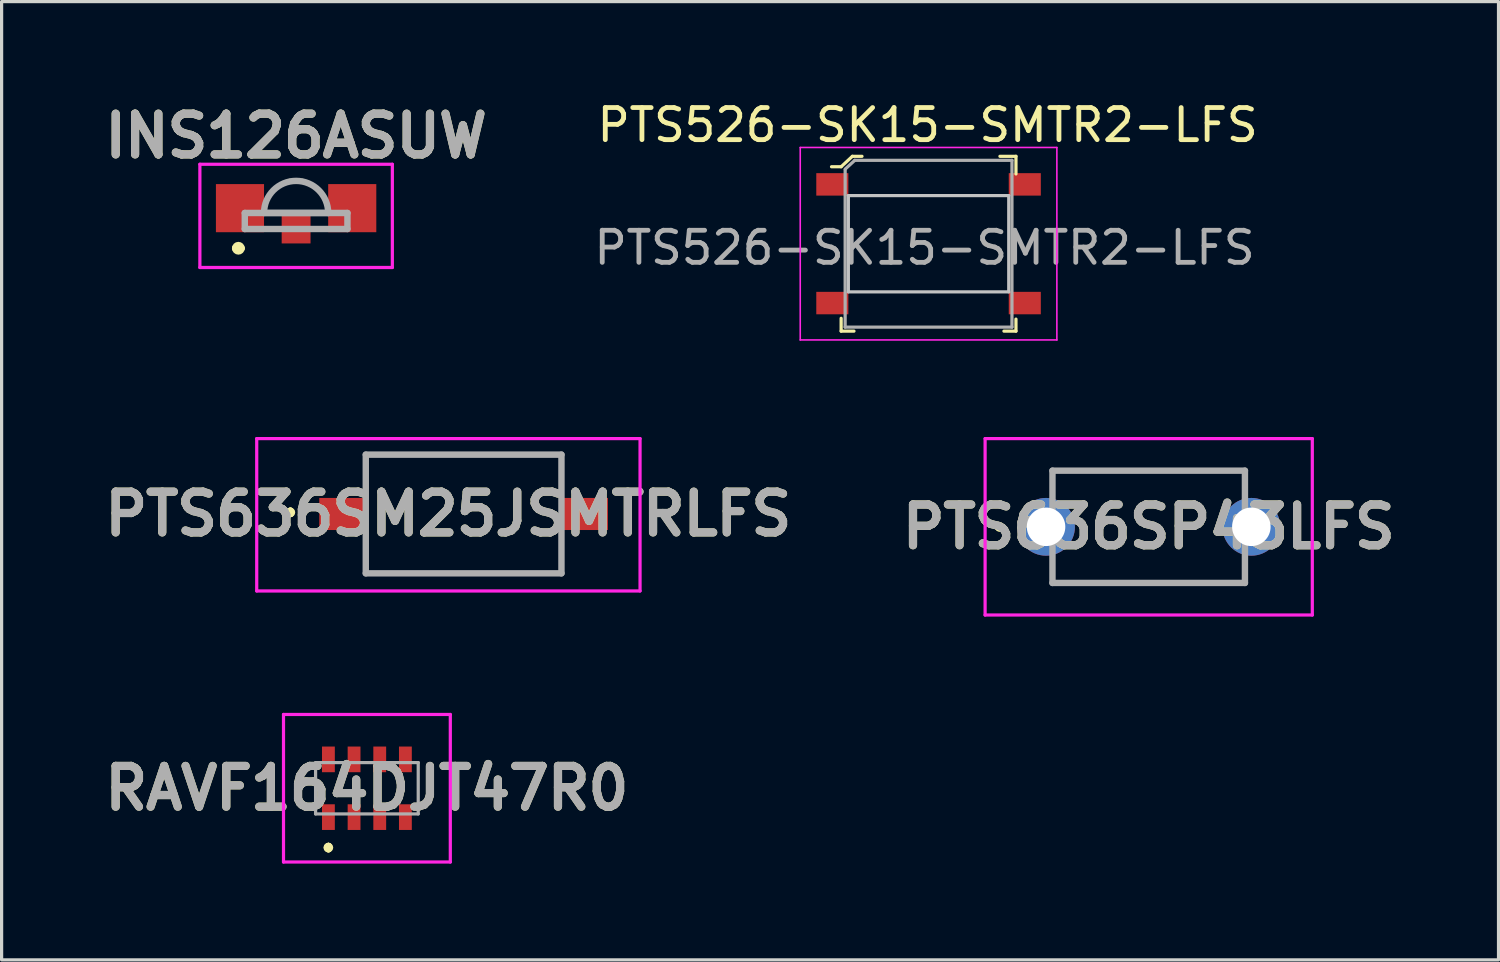
<source format=kicad_pcb>
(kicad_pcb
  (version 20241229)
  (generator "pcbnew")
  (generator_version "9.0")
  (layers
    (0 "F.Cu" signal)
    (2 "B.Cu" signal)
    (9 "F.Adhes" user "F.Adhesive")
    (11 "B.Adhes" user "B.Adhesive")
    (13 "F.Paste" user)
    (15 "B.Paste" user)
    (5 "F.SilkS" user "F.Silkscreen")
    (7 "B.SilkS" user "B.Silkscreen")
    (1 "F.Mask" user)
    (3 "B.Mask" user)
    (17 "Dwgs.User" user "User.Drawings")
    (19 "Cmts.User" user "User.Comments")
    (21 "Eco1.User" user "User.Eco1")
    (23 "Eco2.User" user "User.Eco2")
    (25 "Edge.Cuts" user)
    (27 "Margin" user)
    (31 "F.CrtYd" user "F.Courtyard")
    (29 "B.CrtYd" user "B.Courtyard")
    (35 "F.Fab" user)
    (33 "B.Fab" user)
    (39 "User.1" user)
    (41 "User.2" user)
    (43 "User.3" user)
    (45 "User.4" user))
  (footprint "RAVF164DJT47R0"
    (layer "F.Cu")
    (at 8.388 21.523)
    (property "Reference" "RAVF164DJT47R0" (at 0 0 0) (layer "F.SilkS") (effects (font (size 1.27 1.27) (thickness 0.254))))
    (attr smd)
    (fp_line (start -1.2 1.8) (end -1.2 1.8) (stroke (width 0.2) (type solid)) (layer "F.SilkS"))
    (fp_line (start -1.2 1.8) (end -1.2 1.8) (stroke (width 0.2) (type solid)) (layer "F.SilkS"))
    (fp_line (start -1.2 1.9) (end -1.2 1.9) (stroke (width 0.2) (type solid)) (layer "F.SilkS"))
    (fp_arc (start -1.2 1.8) (mid -1.15 1.85) (end -1.2 1.9) (stroke (width 0.2) (type solid)) (layer "F.SilkS"))
    (fp_arc (start -1.2 1.9) (mid -1.25 1.85) (end -1.2 1.8) (stroke (width 0.2) (type solid)) (layer "F.SilkS"))
    (fp_arc (start -1.2 1.9) (mid -1.25 1.85) (end -1.2 1.8) (stroke (width 0.2) (type solid)) (layer "F.SilkS"))
    (fp_line (start -2.6 -2.3) (end 2.6 -2.3) (stroke (width 0.1) (type solid)) (layer "F.CrtYd"))
    (fp_line (start -2.6 2.3) (end -2.6 -2.3) (stroke (width 0.1) (type solid)) (layer "F.CrtYd"))
    (fp_line (start 2.6 -2.3) (end 2.6 2.3) (stroke (width 0.1) (type solid)) (layer "F.CrtYd"))
    (fp_line (start 2.6 2.3) (end -2.6 2.3) (stroke (width 0.1) (type solid)) (layer "F.CrtYd"))
    (fp_line (start -1.6 -0.8) (end -1.6 0.8) (stroke (width 0.1) (type solid)) (layer "F.Fab"))
    (fp_line (start -1.6 0.8) (end 1.6 0.8) (stroke (width 0.1) (type solid)) (layer "F.Fab"))
    (fp_line (start 1.6 -0.8) (end -1.6 -0.8) (stroke (width 0.1) (type solid)) (layer "F.Fab"))
    (fp_line (start 1.6 0.8) (end 1.6 -0.8) (stroke (width 0.1) (type solid)) (layer "F.Fab"))
    (fp_text user "${REFERENCE}" (at 0 0 0) (layer "F.Fab") (effects (font (size 1.27 1.27) (thickness 0.254))))
    (pad "1" smd rect (at -1.2 0.9) (size 0.4 0.8) (layers "F.Cu" "F.Mask" "F.Paste"))
    (pad "2" smd rect (at -0.4 0.9) (size 0.4 0.8) (layers "F.Cu" "F.Mask" "F.Paste"))
    (pad "3" smd rect (at 0.4 0.9) (size 0.4 0.8) (layers "F.Cu" "F.Mask" "F.Paste"))
    (pad "4" smd rect (at 1.2 0.9) (size 0.4 0.8) (layers "F.Cu" "F.Mask" "F.Paste"))
    (pad "5" smd rect (at 1.2 -0.9) (size 0.4 0.8) (layers "F.Cu" "F.Mask" "F.Paste"))
    (pad "6" smd rect (at 0.4 -0.9) (size 0.4 0.8) (layers "F.Cu" "F.Mask" "F.Paste"))
    (pad "7" smd rect (at -0.4 -0.9) (size 0.4 0.8) (layers "F.Cu" "F.Mask" "F.Paste"))
    (pad "8" smd rect (at -1.2 -0.9) (size 0.4 0.8) (layers "F.Cu" "F.Mask" "F.Paste")))
  (footprint "PTS636SP43LFS"
    (layer "F.Cu")
    (at 29.56 13.373)
    (property "Reference" "PTS636SP43LFS" (at 3.2 0 0) (layer "F.SilkS") (effects (font (size 1.27 1.27) (thickness 0.254))))
    (attr through_hole)
    (fp_line (start -1.5 0) (end -1.5 0) (stroke (width 0.2) (type solid)) (layer "F.SilkS"))
    (fp_line (start -1.5 0) (end -1.5 0) (stroke (width 0.2) (type solid)) (layer "F.SilkS"))
    (fp_line (start -1.4 0) (end -1.4 0) (stroke (width 0.2) (type solid)) (layer "F.SilkS"))
    (fp_line (start 0.2 -1.75) (end 0.2 -1.75) (stroke (width 0.1) (type solid)) (layer "F.SilkS"))
    (fp_line (start 0.2 -1.75) (end 0.2 -1.75) (stroke (width 0.1) (type solid)) (layer "F.SilkS"))
    (fp_line (start 0.2 -1.75) (end 0.2 -1.5) (stroke (width 0.1) (type solid)) (layer "F.SilkS"))
    (fp_line (start 0.2 -1.75) (end 6.2 -1.75) (stroke (width 0.1) (type solid)) (layer "F.SilkS"))
    (fp_line (start 0.2 -1.5) (end 0.2 -1.75) (stroke (width 0.1) (type solid)) (layer "F.SilkS"))
    (fp_line (start 0.2 -1.5) (end 0.2 -1.5) (stroke (width 0.1) (type solid)) (layer "F.SilkS"))
    (fp_line (start 0.2 1.5) (end 0.2 1.5) (stroke (width 0.1) (type solid)) (layer "F.SilkS"))
    (fp_line (start 0.2 1.5) (end 0.2 1.75) (stroke (width 0.1) (type solid)) (layer "F.SilkS"))
    (fp_line (start 0.2 1.75) (end 0.2 1.5) (stroke (width 0.1) (type solid)) (layer "F.SilkS"))
    (fp_line (start 0.2 1.75) (end 0.2 1.75) (stroke (width 0.1) (type solid)) (layer "F.SilkS"))
    (fp_line (start 0.2 1.75) (end 0.2 1.75) (stroke (width 0.1) (type solid)) (layer "F.SilkS"))
    (fp_line (start 0.2 1.75) (end 6.2 1.75) (stroke (width 0.1) (type solid)) (layer "F.SilkS"))
    (fp_line (start 6.2 -1.75) (end 0.2 -1.75) (stroke (width 0.1) (type solid)) (layer "F.SilkS"))
    (fp_line (start 6.2 -1.75) (end 6.2 -1.75) (stroke (width 0.1) (type solid)) (layer "F.SilkS"))
    (fp_line (start 6.2 -1.75) (end 6.2 -1.75) (stroke (width 0.1) (type solid)) (layer "F.SilkS"))
    (fp_line (start 6.2 -1.75) (end 6.2 -1.5) (stroke (width 0.1) (type solid)) (layer "F.SilkS"))
    (fp_line (start 6.2 -1.5) (end 6.2 -1.75) (stroke (width 0.1) (type solid)) (layer "F.SilkS"))
    (fp_line (start 6.2 -1.5) (end 6.2 -1.5) (stroke (width 0.1) (type solid)) (layer "F.SilkS"))
    (fp_line (start 6.2 1.5) (end 6.2 1.5) (stroke (width 0.1) (type solid)) (layer "F.SilkS"))
    (fp_line (start 6.2 1.5) (end 6.2 1.75) (stroke (width 0.1) (type solid)) (layer "F.SilkS"))
    (fp_line (start 6.2 1.75) (end 0.2 1.75) (stroke (width 0.1) (type solid)) (layer "F.SilkS"))
    (fp_line (start 6.2 1.75) (end 6.2 1.5) (stroke (width 0.1) (type solid)) (layer "F.SilkS"))
    (fp_line (start 6.2 1.75) (end 6.2 1.75) (stroke (width 0.1) (type solid)) (layer "F.SilkS"))
    (fp_line (start 6.2 1.75) (end 6.2 1.75) (stroke (width 0.1) (type solid)) (layer "F.SilkS"))
    (fp_arc (start -1.5 0) (mid -1.45 -0.05) (end -1.4 0) (stroke (width 0.2) (type solid)) (layer "F.SilkS"))
    (fp_arc (start -1.4 0) (mid -1.45 0.05) (end -1.5 0) (stroke (width 0.2) (type solid)) (layer "F.SilkS"))
    (fp_arc (start -1.4 0) (mid -1.45 0.05) (end -1.5 0) (stroke (width 0.2) (type solid)) (layer "F.SilkS"))
    (fp_line (start -1.9 -2.75) (end 8.3 -2.75) (stroke (width 0.1) (type solid)) (layer "F.CrtYd"))
    (fp_line (start -1.9 2.75) (end -1.9 -2.75) (stroke (width 0.1) (type solid)) (layer "F.CrtYd"))
    (fp_line (start 8.3 -2.75) (end 8.3 2.75) (stroke (width 0.1) (type solid)) (layer "F.CrtYd"))
    (fp_line (start 8.3 2.75) (end -1.9 2.75) (stroke (width 0.1) (type solid)) (layer "F.CrtYd"))
    (fp_line (start 0.2 -1.75) (end 0.2 1.75) (stroke (width 0.2) (type solid)) (layer "F.Fab"))
    (fp_line (start 0.2 1.75) (end 6.2 1.75) (stroke (width 0.2) (type solid)) (layer "F.Fab"))
    (fp_line (start 6.2 -1.75) (end 0.2 -1.75) (stroke (width 0.2) (type solid)) (layer "F.Fab"))
    (fp_line (start 6.2 1.75) (end 6.2 -1.75) (stroke (width 0.2) (type solid)) (layer "F.Fab"))
    (fp_text user "${REFERENCE}" (at 3.2 0 0) (layer "F.Fab") (effects (font (size 1.27 1.27) (thickness 0.254))))
    (pad "1" thru_hole circle (at 0 0) (size 1.8 1.8) (drill 1.2) (layers "*.Cu" "*.Mask"))
    (pad "2" thru_hole circle (at 6.4 0) (size 1.8 1.8) (drill 1.2) (layers "*.Cu" "*.Mask")))
  (footprint "INS126ASUW"
    (layer "F.Cu")
    (at 6.181 4.089)
    (property "Reference" "INS126ASUW" (at 0 -2.9 0) (layer "F.SilkS") (effects (font (size 1.27 1.27) (thickness 0.254))))
    (attr smd)
    (fp_line (start -1.9 0.6) (end -1.9 0.6) (stroke (width 0.2) (type solid)) (layer "F.SilkS"))
    (fp_line (start -1.7 0.6) (end -1.7 0.6) (stroke (width 0.2) (type solid)) (layer "F.SilkS"))
    (fp_line (start -0.75 0) (end -0.7 0) (stroke (width 0.1) (type solid)) (layer "F.SilkS"))
    (fp_line (start -0.2 -1.518) (end 0.2 -1.518) (stroke (width 0.1) (type solid)) (layer "F.SilkS"))
    (fp_line (start 0.7 0) (end 0.75 0) (stroke (width 0.1) (type solid)) (layer "F.SilkS"))
    (fp_arc (start -1.9 0.6) (mid -1.8 0.5) (end -1.7 0.6) (stroke (width 0.2) (type solid)) (layer "F.SilkS"))
    (fp_arc (start -1.7 0.6) (mid -1.8 0.7) (end -1.9 0.6) (stroke (width 0.2) (type solid)) (layer "F.SilkS"))
    (fp_line (start -3 -2.018) (end 3 -2.018) (stroke (width 0.1) (type solid)) (layer "F.CrtYd"))
    (fp_line (start -3 1.2) (end -3 -2.018) (stroke (width 0.1) (type solid)) (layer "F.CrtYd"))
    (fp_line (start 3 -2.018) (end 3 1.2) (stroke (width 0.1) (type solid)) (layer "F.CrtYd"))
    (fp_line (start 3 1.2) (end -3 1.2) (stroke (width 0.1) (type solid)) (layer "F.CrtYd"))
    (fp_line (start -1.6 -0.5) (end 1.6 -0.5) (stroke (width 0.2) (type solid)) (layer "F.Fab"))
    (fp_line (start -1.6 0) (end -1.6 -0.5) (stroke (width 0.2) (type solid)) (layer "F.Fab"))
    (fp_line (start -1 -0.5) (end 1 -0.5) (stroke (width 0.2) (type solid)) (layer "F.Fab"))
    (fp_line (start 1 -0.5) (end 1 -0.5) (stroke (width 0.2) (type solid)) (layer "F.Fab"))
    (fp_line (start 1.6 -0.5) (end 1.6 0) (stroke (width 0.2) (type solid)) (layer "F.Fab"))
    (fp_line (start 1.6 0) (end -1.6 0) (stroke (width 0.2) (type solid)) (layer "F.Fab"))
    (fp_arc (start -1 -0.5) (mid 0 -1.5) (end 1 -0.5) (stroke (width 0.2) (type solid)) (layer "F.Fab"))
    (fp_text user "${REFERENCE}" (at 0 -2.9 0) (layer "F.Fab") (effects (font (size 1.27 1.27) (thickness 0.254))))
    (pad "1" smd rect (at -1.75 -0.65 90) (size 1.5 1.5) (layers "F.Cu" "F.Mask" "F.Paste"))
    (pad "2" smd rect (at 1.75 -0.65 90) (size 1.5 1.5) (layers "F.Cu" "F.Mask" "F.Paste"))
    (pad "3" smd rect (at 0 0 90) (size 0.9 0.9) (layers "F.Cu" "F.Mask" "F.Paste")))
  (footprint "PTS636SM25JSMTRLFS"
    (layer "F.Cu")
    (at 11.403 12.973)
    (property "Reference" "PTS636SM25JSMTRLFS" (at -0.475 0 0) (layer "F.SilkS") (effects (font (size 1.27 1.27) (thickness 0.254))))
    (attr smd)
    (fp_line (start -5.4 -0.1) (end -5.4 -0.1) (stroke (width 0.2) (type solid)) (layer "F.SilkS"))
    (fp_line (start -5.4 -0.1) (end -5.4 -0.1) (stroke (width 0.2) (type solid)) (layer "F.SilkS"))
    (fp_line (start -5.4 0) (end -5.4 0) (stroke (width 0.2) (type solid)) (layer "F.SilkS"))
    (fp_line (start -3.05 -1.85) (end -3.05 -1.85) (stroke (width 0.1) (type solid)) (layer "F.SilkS"))
    (fp_line (start -3.05 -1.85) (end -3.05 -1.85) (stroke (width 0.1) (type solid)) (layer "F.SilkS"))
    (fp_line (start -3.05 -1.85) (end -3.05 -1) (stroke (width 0.1) (type solid)) (layer "F.SilkS"))
    (fp_line (start -3.05 -1.85) (end 3.05 -1.85) (stroke (width 0.1) (type solid)) (layer "F.SilkS"))
    (fp_line (start -3.05 -1) (end -3.05 -1.85) (stroke (width 0.1) (type solid)) (layer "F.SilkS"))
    (fp_line (start -3.05 -1) (end -3.05 -1) (stroke (width 0.1) (type solid)) (layer "F.SilkS"))
    (fp_line (start -3.05 1) (end -3.05 1) (stroke (width 0.1) (type solid)) (layer "F.SilkS"))
    (fp_line (start -3.05 1) (end -3.05 1.85) (stroke (width 0.1) (type solid)) (layer "F.SilkS"))
    (fp_line (start -3.05 1.85) (end -3.05 1) (stroke (width 0.1) (type solid)) (layer "F.SilkS"))
    (fp_line (start -3.05 1.85) (end -3.05 1.85) (stroke (width 0.1) (type solid)) (layer "F.SilkS"))
    (fp_line (start -3.05 1.85) (end -3.05 1.85) (stroke (width 0.1) (type solid)) (layer "F.SilkS"))
    (fp_line (start -3.05 1.85) (end 3.05 1.85) (stroke (width 0.1) (type solid)) (layer "F.SilkS"))
    (fp_line (start 3.05 -1.85) (end -3.05 -1.85) (stroke (width 0.1) (type solid)) (layer "F.SilkS"))
    (fp_line (start 3.05 -1.85) (end 3.05 -1.85) (stroke (width 0.1) (type solid)) (layer "F.SilkS"))
    (fp_line (start 3.05 -1.85) (end 3.05 -1.85) (stroke (width 0.1) (type solid)) (layer "F.SilkS"))
    (fp_line (start 3.05 -1.85) (end 3.05 -1) (stroke (width 0.1) (type solid)) (layer "F.SilkS"))
    (fp_line (start 3.05 -1) (end 3.05 -1.85) (stroke (width 0.1) (type solid)) (layer "F.SilkS"))
    (fp_line (start 3.05 -1) (end 3.05 -1) (stroke (width 0.1) (type solid)) (layer "F.SilkS"))
    (fp_line (start 3.05 1) (end 3.05 1) (stroke (width 0.1) (type solid)) (layer "F.SilkS"))
    (fp_line (start 3.05 1) (end 3.05 1.85) (stroke (width 0.1) (type solid)) (layer "F.SilkS"))
    (fp_line (start 3.05 1.85) (end -3.05 1.85) (stroke (width 0.1) (type solid)) (layer "F.SilkS"))
    (fp_line (start 3.05 1.85) (end 3.05 1) (stroke (width 0.1) (type solid)) (layer "F.SilkS"))
    (fp_line (start 3.05 1.85) (end 3.05 1.85) (stroke (width 0.1) (type solid)) (layer "F.SilkS"))
    (fp_line (start 3.05 1.85) (end 3.05 1.85) (stroke (width 0.1) (type solid)) (layer "F.SilkS"))
    (fp_arc (start -5.4 -0.1) (mid -5.35 -0.05) (end -5.4 0) (stroke (width 0.2) (type solid)) (layer "F.SilkS"))
    (fp_arc (start -5.4 0) (mid -5.45 -0.05) (end -5.4 -0.1) (stroke (width 0.2) (type solid)) (layer "F.SilkS"))
    (fp_arc (start -5.4 0) (mid -5.45 -0.05) (end -5.4 -0.1) (stroke (width 0.2) (type solid)) (layer "F.SilkS"))
    (fp_line (start -6.45 -2.35) (end 5.5 -2.35) (stroke (width 0.1) (type solid)) (layer "F.CrtYd"))
    (fp_line (start -6.45 2.4) (end -6.45 -2.35) (stroke (width 0.1) (type solid)) (layer "F.CrtYd"))
    (fp_line (start 5.5 -2.35) (end 5.5 2.4) (stroke (width 0.1) (type solid)) (layer "F.CrtYd"))
    (fp_line (start 5.5 2.4) (end -6.45 2.4) (stroke (width 0.1) (type solid)) (layer "F.CrtYd"))
    (fp_line (start -3.05 -1.85) (end -3.05 1.85) (stroke (width 0.2) (type solid)) (layer "F.Fab"))
    (fp_line (start -3.05 1.85) (end 3.05 1.85) (stroke (width 0.2) (type solid)) (layer "F.Fab"))
    (fp_line (start 3.05 -1.85) (end -3.05 -1.85) (stroke (width 0.2) (type solid)) (layer "F.Fab"))
    (fp_line (start 3.05 1.85) (end 3.05 -1.85) (stroke (width 0.2) (type solid)) (layer "F.Fab"))
    (fp_text user "${REFERENCE}" (at -0.475 0 0) (layer "F.Fab") (effects (font (size 1.27 1.27) (thickness 0.254))))
    (pad "1" smd rect (at -3.775 0 90) (size 1 1.45) (layers "F.Cu" "F.Mask" "F.Paste"))
    (pad "2" smd rect (at 3.775 0 90) (size 1 1.45) (layers "F.Cu" "F.Mask" "F.Paste")))
  (footprint "PTS526-SK15-SMTR2-LFS"
    (layer "F.Cu")
    (at 25.897 4.548)
    (property "Reference" "PTS526-SK15-SMTR2-LFS" (at -0.03 -3.7 0) (layer "F.SilkS") (effects (font (size 1 1) (thickness 0.15))))
    (attr smd)
    (fp_line (start -2.725 -2.4) (end -3.025 -2.4) (stroke (width 0.1) (type solid)) (layer "F.SilkS"))
    (fp_line (start -2.725 2.725) (end -2.725 2.325) (stroke (width 0.1) (type solid)) (layer "F.SilkS"))
    (fp_line (start -2.375 -2.725) (end -2.725 -2.4) (stroke (width 0.1) (type solid)) (layer "F.SilkS"))
    (fp_line (start -2.375 -2.725) (end -2.075 -2.725) (stroke (width 0.1) (type solid)) (layer "F.SilkS"))
    (fp_line (start -2.325 2.725) (end -2.725 2.725) (stroke (width 0.1) (type solid)) (layer "F.SilkS"))
    (fp_line (start 2.725 -2.725) (end 2.225 -2.725) (stroke (width 0.1) (type solid)) (layer "F.SilkS"))
    (fp_line (start 2.725 -2.175) (end 2.725 -2.725) (stroke (width 0.1) (type solid)) (layer "F.SilkS"))
    (fp_line (start 2.725 2.35) (end 2.725 2.725) (stroke (width 0.1) (type solid)) (layer "F.SilkS"))
    (fp_line (start 2.725 2.725) (end 2.35 2.725) (stroke (width 0.1) (type solid)) (layer "F.SilkS"))
    (fp_line (start -2.5 -1.5) (end 2.5 -1.5) (stroke (width 0.1) (type solid)) (layer "Dwgs.User"))
    (fp_line (start -2.5 1.5) (end -2.5 -1.5) (stroke (width 0.1) (type solid)) (layer "Dwgs.User"))
    (fp_line (start 2.5 -1.5) (end 2.5 1.5) (stroke (width 0.1) (type solid)) (layer "Dwgs.User"))
    (fp_line (start 2.5 1.5) (end -2.5 1.5) (stroke (width 0.1) (type solid)) (layer "Dwgs.User"))
    (fp_line (start -4 -3) (end -4 3) (stroke (width 0.05) (type solid)) (layer "F.CrtYd"))
    (fp_line (start -4 3) (end 4 3) (stroke (width 0.05) (type solid)) (layer "F.CrtYd"))
    (fp_line (start 4 -3) (end -4 -3) (stroke (width 0.05) (type solid)) (layer "F.CrtYd"))
    (fp_line (start 4 3) (end 4 -3) (stroke (width 0.05) (type solid)) (layer "F.CrtYd"))
    (fp_line (start -2.6 -2.3) (end -2.6 2.6) (stroke (width 0.1) (type solid)) (layer "F.Fab"))
    (fp_line (start -2.3 -2.6) (end -2.6 -2.325) (stroke (width 0.1) (type solid)) (layer "F.Fab"))
    (fp_line (start 2.6 -2.6) (end -2.3 -2.6) (stroke (width 0.1) (type solid)) (layer "F.Fab"))
    (fp_line (start 2.6 -2.6) (end 2.6 2.6) (stroke (width 0.1) (type solid)) (layer "F.Fab"))
    (fp_line (start 2.6 2.6) (end -2.6 2.6) (stroke (width 0.1) (type solid)) (layer "F.Fab"))
    (fp_text user "${REFERENCE}" (at -0.125 0.125 0) (layer "F.Fab") (effects (font (size 1 1) (thickness 0.15))))
    (pad "1" smd rect (at -3 -1.85) (size 1 0.7) (layers "F.Cu" "F.Mask" "F.Paste"))
    (pad "2" smd rect (at 3 -1.85) (size 1 0.7) (layers "F.Cu" "F.Mask" "F.Paste"))
    (pad "3" smd rect (at -3 1.85) (size 1 0.7) (layers "F.Cu" "F.Mask" "F.Paste"))
    (pad "4" smd rect (at 3 1.85) (size 1 0.7) (layers "F.Cu" "F.Mask" "F.Paste")))
  (gr_rect
    (start -3 -3)
    (end 43.665 26.873)
    (stroke (width 0.1) (type default))
    (fill no)
    (layer "Edge.Cuts")))
</source>
